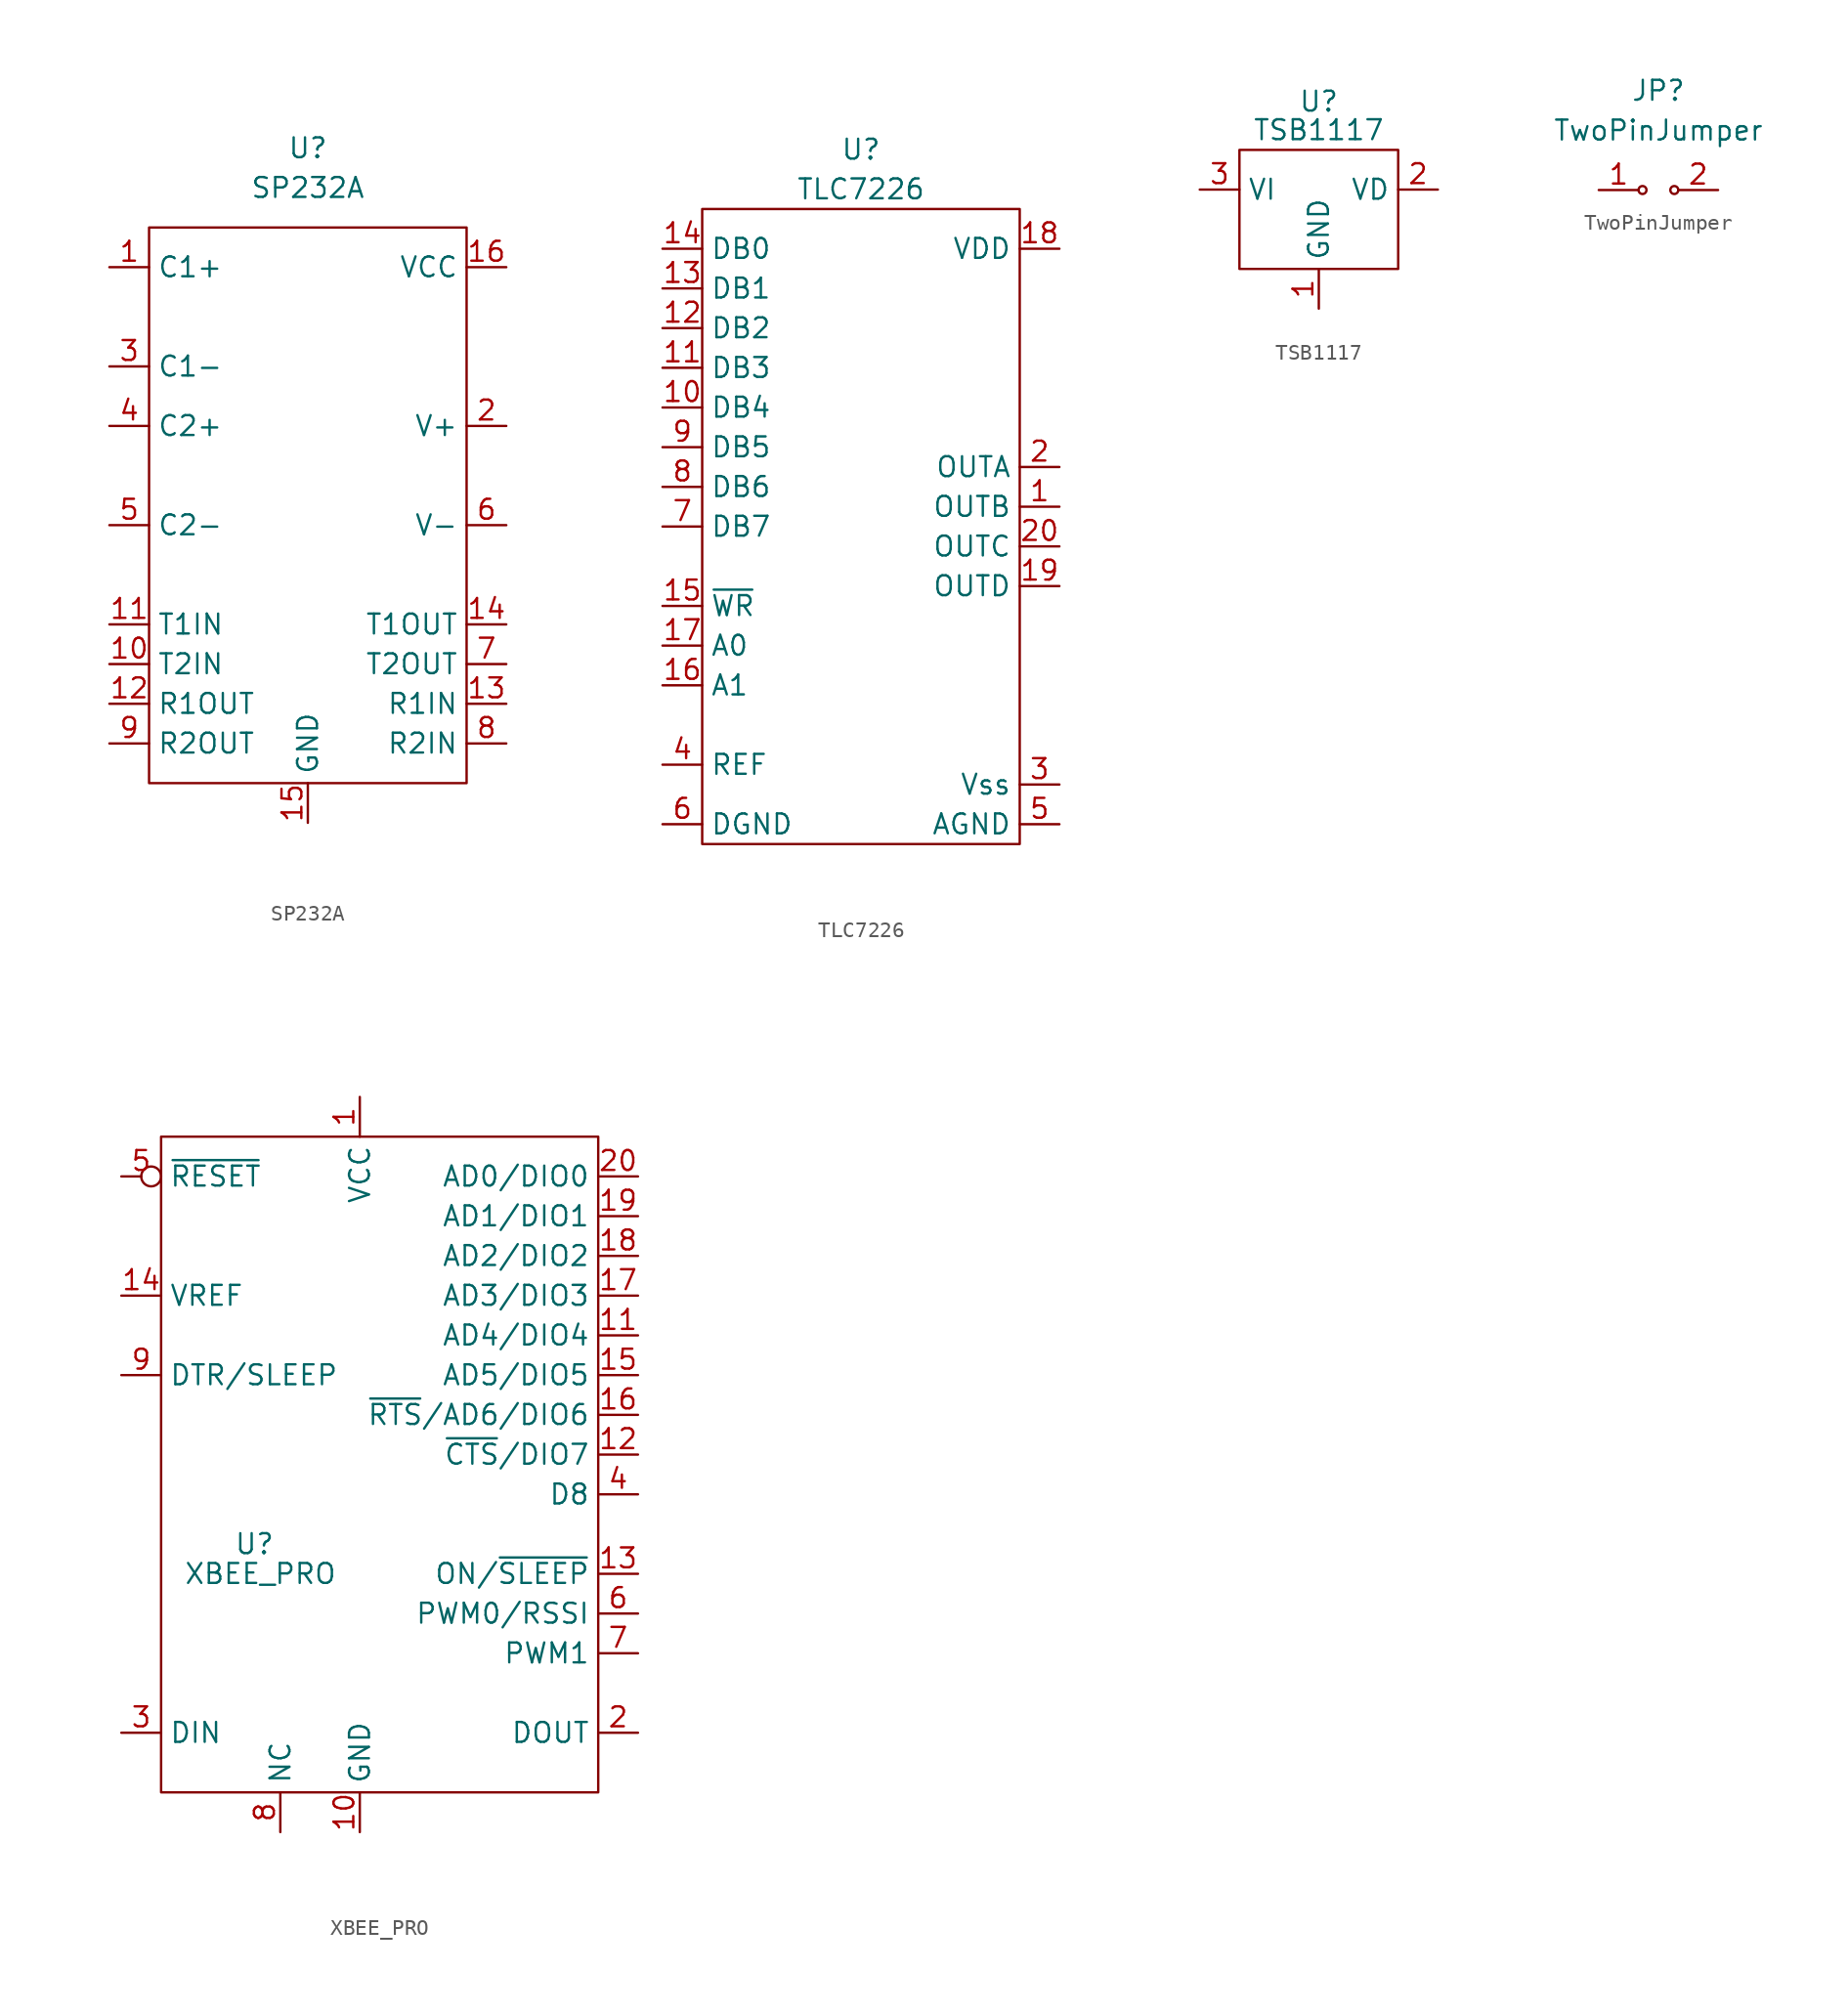
<source format=kicad_sym>
(kicad_symbol_lib
  (version 20211014)
  (generator kicad_symbol_editor)
  (symbol "SP232A"
    (property "Reference" "U"
      (at 0 5.08 0)
      (effects (font (size 1.27 1.27))))
    (property "Value" "SP232A"
      (at 0 2.54 0)
      (effects (font (size 1.27 1.27))))
    (symbol "SP232A_0_1"
      (rectangle (start -10.16 0) (end 10.16 -35.56) (stroke (width 0) (type default) (color 0 0 0 0)) (fill (type none))))
    (symbol "SP232A_1_1"
      (pin bidirectional line (at -12.7 -2.54 0) (length 2.54) (name "C1+" (effects (font (size 1.27 1.27)))) (number "1" (effects (font (size 1.27 1.27)))))
      (pin bidirectional line (at -12.7 -27.94 0) (length 2.54) (name "T2IN" (effects (font (size 1.27 1.27)))) (number "10" (effects (font (size 1.27 1.27)))))
      (pin bidirectional line (at -12.7 -25.4 0) (length 2.54) (name "T1IN" (effects (font (size 1.27 1.27)))) (number "11" (effects (font (size 1.27 1.27)))))
      (pin bidirectional line (at -12.7 -30.48 0) (length 2.54) (name "R1OUT" (effects (font (size 1.27 1.27)))) (number "12" (effects (font (size 1.27 1.27)))))
      (pin bidirectional line (at 12.7 -30.48 180) (length 2.54) (name "R1IN" (effects (font (size 1.27 1.27)))) (number "13" (effects (font (size 1.27 1.27)))))
      (pin bidirectional line (at 12.7 -25.4 180) (length 2.54) (name "T1OUT" (effects (font (size 1.27 1.27)))) (number "14" (effects (font (size 1.27 1.27)))))
      (pin bidirectional line (at 0 -38.1 90) (length 2.54) (name "GND" (effects (font (size 1.27 1.27)))) (number "15" (effects (font (size 1.27 1.27)))))
      (pin bidirectional line (at 12.7 -2.54 180) (length 2.54) (name "VCC" (effects (font (size 1.27 1.27)))) (number "16" (effects (font (size 1.27 1.27)))))
      (pin bidirectional line (at 12.7 -12.7 180) (length 2.54) (name "V+" (effects (font (size 1.27 1.27)))) (number "2" (effects (font (size 1.27 1.27)))))
      (pin bidirectional line (at -12.7 -8.89 0) (length 2.54) (name "C1-" (effects (font (size 1.27 1.27)))) (number "3" (effects (font (size 1.27 1.27)))))
      (pin bidirectional line (at -12.7 -12.7 0) (length 2.54) (name "C2+" (effects (font (size 1.27 1.27)))) (number "4" (effects (font (size 1.27 1.27)))))
      (pin bidirectional line (at -12.7 -19.05 0) (length 2.54) (name "C2-" (effects (font (size 1.27 1.27)))) (number "5" (effects (font (size 1.27 1.27)))))
      (pin bidirectional line (at 12.7 -19.05 180) (length 2.54) (name "V-" (effects (font (size 1.27 1.27)))) (number "6" (effects (font (size 1.27 1.27)))))
      (pin bidirectional line (at 12.7 -27.94 180) (length 2.54) (name "T2OUT" (effects (font (size 1.27 1.27)))) (number "7" (effects (font (size 1.27 1.27)))))
      (pin bidirectional line (at 12.7 -33.02 180) (length 2.54) (name "R2IN" (effects (font (size 1.27 1.27)))) (number "8" (effects (font (size 1.27 1.27)))))
      (pin bidirectional line (at -12.7 -33.02 0) (length 2.54) (name "R2OUT" (effects (font (size 1.27 1.27)))) (number "9" (effects (font (size 1.27 1.27)))))))
  (symbol "TLC7226"
    (property "Reference" "U"
      (at 0 0 0)
      (effects (font (size 1.27 1.27))))
    (property "Value" "TLC7226"
      (at 0 -2.54 0)
      (effects (font (size 1.27 1.27))))
    (symbol "TLC7226_0_1"
      (rectangle (start -10.16 -3.81) (end 10.16 -44.45) (stroke (width 0) (type default) (color 0 0 0 0)) (fill (type none))))
    (symbol "TLC7226_1_1"
      (pin bidirectional line (at 12.7 -22.86 180) (length 2.54) (name "OUTB" (effects (font (size 1.27 1.27)))) (number "1" (effects (font (size 1.27 1.27)))))
      (pin bidirectional line (at -12.7 -16.51 0) (length 2.54) (name "DB4" (effects (font (size 1.27 1.27)))) (number "10" (effects (font (size 1.27 1.27)))))
      (pin bidirectional line (at -12.7 -13.97 0) (length 2.54) (name "DB3" (effects (font (size 1.27 1.27)))) (number "11" (effects (font (size 1.27 1.27)))))
      (pin bidirectional line (at -12.7 -11.43 0) (length 2.54) (name "DB2" (effects (font (size 1.27 1.27)))) (number "12" (effects (font (size 1.27 1.27)))))
      (pin bidirectional line (at -12.7 -8.89 0) (length 2.54) (name "DB1" (effects (font (size 1.27 1.27)))) (number "13" (effects (font (size 1.27 1.27)))))
      (pin bidirectional line (at -12.7 -6.35 0) (length 2.54) (name "DB0" (effects (font (size 1.27 1.27)))) (number "14" (effects (font (size 1.27 1.27)))))
      (pin bidirectional line (at -12.7 -29.21 0) (length 2.54) (name "~{WR}" (effects (font (size 1.27 1.27)))) (number "15" (effects (font (size 1.27 1.27)))))
      (pin bidirectional line (at -12.7 -34.29 0) (length 2.54) (name "A1" (effects (font (size 1.27 1.27)))) (number "16" (effects (font (size 1.27 1.27)))))
      (pin bidirectional line (at -12.7 -31.75 0) (length 2.54) (name "A0" (effects (font (size 1.27 1.27)))) (number "17" (effects (font (size 1.27 1.27)))))
      (pin bidirectional line (at 12.7 -6.35 180) (length 2.54) (name "VDD" (effects (font (size 1.27 1.27)))) (number "18" (effects (font (size 1.27 1.27)))))
      (pin bidirectional line (at 12.7 -27.94 180) (length 2.54) (name "OUTD" (effects (font (size 1.27 1.27)))) (number "19" (effects (font (size 1.27 1.27)))))
      (pin bidirectional line (at 12.7 -20.32 180) (length 2.54) (name "OUTA" (effects (font (size 1.27 1.27)))) (number "2" (effects (font (size 1.27 1.27)))))
      (pin bidirectional line (at 12.7 -25.4 180) (length 2.54) (name "OUTC" (effects (font (size 1.27 1.27)))) (number "20" (effects (font (size 1.27 1.27)))))
      (pin bidirectional line (at 12.7 -40.64 180) (length 2.54) (name "Vss" (effects (font (size 1.27 1.27)))) (number "3" (effects (font (size 1.27 1.27)))))
      (pin bidirectional line (at -12.7 -39.37 0) (length 2.54) (name "REF" (effects (font (size 1.27 1.27)))) (number "4" (effects (font (size 1.27 1.27)))))
      (pin bidirectional line (at 12.7 -43.18 180) (length 2.54) (name "AGND" (effects (font (size 1.27 1.27)))) (number "5" (effects (font (size 1.27 1.27)))))
      (pin bidirectional line (at -12.7 -43.18 0) (length 2.54) (name "DGND" (effects (font (size 1.27 1.27)))) (number "6" (effects (font (size 1.27 1.27)))))
      (pin bidirectional line (at -12.7 -24.13 0) (length 2.54) (name "DB7" (effects (font (size 1.27 1.27)))) (number "7" (effects (font (size 1.27 1.27)))))
      (pin bidirectional line (at -12.7 -21.59 0) (length 2.54) (name "DB6" (effects (font (size 1.27 1.27)))) (number "8" (effects (font (size 1.27 1.27)))))
      (pin bidirectional line (at -12.7 -19.05 0) (length 2.54) (name "DB5" (effects (font (size 1.27 1.27)))) (number "9" (effects (font (size 1.27 1.27)))))))
  (symbol "TSB1117"
    (property "Reference" "U"
      (at 0 1.829 0)
      (effects (font (size 1.27 1.27))))
    (property "Value" "TSB1117"
      (at 0 0 0)
      (effects (font (size 1.27 1.27))))
    (symbol "TSB1117_0_1"
      (rectangle (start -5.08 -1.27) (end 5.08 -8.89) (stroke (width 0) (type default) (color 0 0 0 0)) (fill (type none))))
    (symbol "TSB1117_1_1"
      (pin input line (at 0 -11.43 90) (length 2.54) (name "GND" (effects (font (size 1.27 1.27)))) (number "1" (effects (font (size 1.27 1.27)))))
      (pin output line (at 7.62 -3.81 180) (length 2.54) (name "VD" (effects (font (size 1.27 1.27)))) (number "2" (effects (font (size 1.27 1.27)))))
      (pin power_in line (at -7.62 -3.81 0) (length 2.54) (name "VI" (effects (font (size 1.27 1.27)))) (number "3" (effects (font (size 1.27 1.27)))))))
  (symbol "TwoPinJumper"
    (property "Reference" "JP"
      (at 0 1.27 0)
      (effects (font (size 1.27 1.27))))
    (property "Value" "TwoPinJumper"
      (at 0 -1.27 0)
      (effects (font (size 1.27 1.27))))
    (symbol "TwoPinJumper_0_1"
      (circle (center -1.016 -5.08) (radius 0.254) (stroke (width 0) (type default) (color 0 0 0 0)) (fill (type none)))
      (circle (center 1.016 -5.08) (radius 0.254) (stroke (width 0) (type default) (color 0 0 0 0)) (fill (type none))))
    (symbol "TwoPinJumper_1_1"
      (pin bidirectional line (at -3.81 -5.08 0) (length 2.54) (name "~" (effects (font (size 1.27 1.27)))) (number "1" (effects (font (size 1.27 1.27)))))
      (pin bidirectional line (at 3.81 -5.08 180) (length 2.54) (name "~" (effects (font (size 1.27 1.27)))) (number "2" (effects (font (size 1.27 1.27)))))))
  (symbol "XBEE_PRO"
    (property "Reference" "U"
      (at -0.381 -23.495 0)
      (effects (font (size 1.27 1.27))))
    (property "Value" "XBEE_PRO"
      (at 0 -25.4 0)
      (effects (font (size 1.27 1.27))))
    (symbol "XBEE_PRO_0_1"
      (rectangle (start -6.35 2.54) (end 21.59 -39.37) (stroke (width 0) (type default) (color 0 0 0 0)) (fill (type none))))
    (symbol "XBEE_PRO_1_1"
      (pin bidirectional line (at 6.35 5.08 270) (length 2.54) (name "VCC" (effects (font (size 1.27 1.27)))) (number "1" (effects (font (size 1.27 1.27)))))
      (pin bidirectional line (at 6.35 -41.91 90) (length 2.54) (name "GND" (effects (font (size 1.27 1.27)))) (number "10" (effects (font (size 1.27 1.27)))))
      (pin bidirectional line (at 24.13 -10.16 180) (length 2.54) (name "AD4/DIO4" (effects (font (size 1.27 1.27)))) (number "11" (effects (font (size 1.27 1.27)))))
      (pin bidirectional line (at 24.13 -17.78 180) (length 2.54) (name "~{CTS}/DIO7" (effects (font (size 1.27 1.27)))) (number "12" (effects (font (size 1.27 1.27)))))
      (pin bidirectional line (at 24.13 -25.4 180) (length 2.54) (name "ON/~{SLEEP}" (effects (font (size 1.27 1.27)))) (number "13" (effects (font (size 1.27 1.27)))))
      (pin bidirectional line (at -8.89 -7.62 0) (length 2.54) (name "VREF" (effects (font (size 1.27 1.27)))) (number "14" (effects (font (size 1.27 1.27)))))
      (pin bidirectional line (at 24.13 -12.7 180) (length 2.54) (name "AD5/DIO5" (effects (font (size 1.27 1.27)))) (number "15" (effects (font (size 1.27 1.27)))))
      (pin bidirectional line (at 24.13 -15.24 180) (length 2.54) (name "~{RTS}/AD6/DIO6" (effects (font (size 1.27 1.27)))) (number "16" (effects (font (size 1.27 1.27)))))
      (pin bidirectional line (at 24.13 -7.62 180) (length 2.54) (name "AD3/DIO3" (effects (font (size 1.27 1.27)))) (number "17" (effects (font (size 1.27 1.27)))))
      (pin bidirectional line (at 24.13 -5.08 180) (length 2.54) (name "AD2/DIO2" (effects (font (size 1.27 1.27)))) (number "18" (effects (font (size 1.27 1.27)))))
      (pin bidirectional line (at 24.13 -2.54 180) (length 2.54) (name "AD1/DIO1" (effects (font (size 1.27 1.27)))) (number "19" (effects (font (size 1.27 1.27)))))
      (pin bidirectional line (at 24.13 -35.56 180) (length 2.54) (name "DOUT" (effects (font (size 1.27 1.27)))) (number "2" (effects (font (size 1.27 1.27)))))
      (pin bidirectional line (at 24.13 0 180) (length 2.54) (name "AD0/DIO0" (effects (font (size 1.27 1.27)))) (number "20" (effects (font (size 1.27 1.27)))))
      (pin bidirectional line (at -8.89 -35.56 0) (length 2.54) (name "DIN" (effects (font (size 1.27 1.27)))) (number "3" (effects (font (size 1.27 1.27)))))
      (pin bidirectional line (at 24.13 -20.32 180) (length 2.54) (name "D8" (effects (font (size 1.27 1.27)))) (number "4" (effects (font (size 1.27 1.27)))))
      (pin bidirectional inverted (at -8.89 0 0) (length 2.54) (name "~{RESET}" (effects (font (size 1.27 1.27)))) (number "5" (effects (font (size 1.27 1.27)))))
      (pin bidirectional line (at 24.13 -27.94 180) (length 2.54) (name "PWM0/RSSI" (effects (font (size 1.27 1.27)))) (number "6" (effects (font (size 1.27 1.27)))))
      (pin bidirectional line (at 24.13 -30.48 180) (length 2.54) (name "PWM1" (effects (font (size 1.27 1.27)))) (number "7" (effects (font (size 1.27 1.27)))))
      (pin bidirectional line (at 1.27 -41.91 90) (length 2.54) (name "NC" (effects (font (size 1.27 1.27)))) (number "8" (effects (font (size 1.27 1.27)))))
      (pin bidirectional line (at -8.89 -12.7 0) (length 2.54) (name "DTR/SLEEP" (effects (font (size 1.27 1.27)))) (number "9" (effects (font (size 1.27 1.27))))))))
</source>
